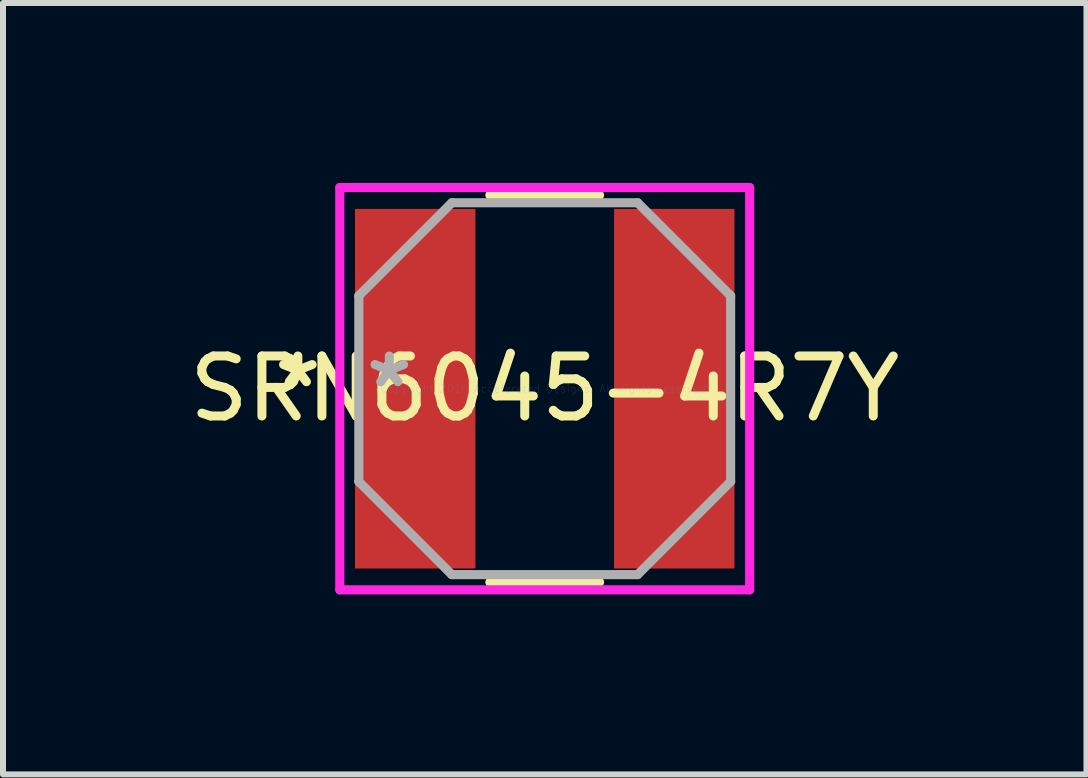
<source format=kicad_pcb>
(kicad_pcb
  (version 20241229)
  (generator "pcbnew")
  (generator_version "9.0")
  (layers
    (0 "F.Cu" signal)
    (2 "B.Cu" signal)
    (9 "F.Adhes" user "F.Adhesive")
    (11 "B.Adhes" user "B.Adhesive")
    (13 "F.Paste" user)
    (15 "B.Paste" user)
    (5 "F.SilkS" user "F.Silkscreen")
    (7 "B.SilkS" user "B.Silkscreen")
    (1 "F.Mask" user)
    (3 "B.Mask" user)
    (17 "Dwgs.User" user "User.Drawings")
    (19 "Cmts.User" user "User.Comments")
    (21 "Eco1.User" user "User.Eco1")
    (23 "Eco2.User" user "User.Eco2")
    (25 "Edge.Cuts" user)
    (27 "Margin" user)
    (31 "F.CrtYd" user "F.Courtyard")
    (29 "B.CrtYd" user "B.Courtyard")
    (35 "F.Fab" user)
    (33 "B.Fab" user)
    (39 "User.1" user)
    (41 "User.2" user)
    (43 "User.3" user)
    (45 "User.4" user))
  (footprint "SRN6045-4R7Y"
    (layer "F.Cu")
    (at 6.03 3.429)
    (property "Reference" "SRN6045-4R7Y" (at 0 0 0) (layer "F.SilkS") (effects (font (size 1 1) (thickness 0.15))))
    (attr through_hole)
    (fp_line (start -0.914 3.226) (end 0.914 3.226) (stroke (width 0.152) (type solid)) (layer "F.SilkS"))
    (fp_line (start 0.914 -3.226) (end -0.914 -3.226) (stroke (width 0.152) (type solid)) (layer "F.SilkS"))
    (fp_line (start -3.416 -3.353) (end 3.416 -3.353) (stroke (width 0.152) (type solid)) (layer "F.CrtYd"))
    (fp_line (start -3.416 3.353) (end -3.416 -3.353) (stroke (width 0.152) (type solid)) (layer "F.CrtYd"))
    (fp_line (start 3.416 -3.353) (end 3.416 3.353) (stroke (width 0.152) (type solid)) (layer "F.CrtYd"))
    (fp_line (start 3.416 3.353) (end -3.416 3.353) (stroke (width 0.152) (type solid)) (layer "F.CrtYd"))
    (fp_line (start -3.099 -1.549) (end -3.099 1.549) (stroke (width 0.152) (type solid)) (layer "F.Fab"))
    (fp_line (start -3.099 1.549) (end -1.549 3.099) (stroke (width 0.152) (type solid)) (layer "F.Fab"))
    (fp_line (start -1.549 -3.099) (end -3.099 -1.549) (stroke (width 0.152) (type solid)) (layer "F.Fab"))
    (fp_line (start -1.549 3.099) (end 1.549 3.099) (stroke (width 0.152) (type solid)) (layer "F.Fab"))
    (fp_line (start 1.549 -3.099) (end -1.549 -3.099) (stroke (width 0.152) (type solid)) (layer "F.Fab"))
    (fp_line (start 1.549 3.099) (end 3.099 1.549) (stroke (width 0.152) (type solid)) (layer "F.Fab"))
    (fp_line (start 3.099 -1.549) (end 1.549 -3.099) (stroke (width 0.152) (type solid)) (layer "F.Fab"))
    (fp_line (start 3.099 1.549) (end 3.099 -1.549) (stroke (width 0.152) (type solid)) (layer "F.Fab"))
    (fp_text user "*" (at -4.115 0 0) (layer "F.SilkS") (effects (font (size 1 1) (thickness 0.15))))
    (fp_text user "Copyright 2016 Accelerated Designs. All rights reserved." (at 0 0 0) (layer "Cmts.User") (effects (font (size 0.127 0.127) (thickness 0.002))))
    (fp_text user "*" (at -2.591 0 0) (layer "F.Fab") (effects (font (size 1 1) (thickness 0.15))))
    (pad "1" smd rect (at -2.159 0) (size 2.007 5.994) (layers "F.Cu" "F.Mask" "F.Paste"))
    (pad "2" smd rect (at 2.159 0) (size 2.007 5.994) (layers "F.Cu" "F.Mask" "F.Paste")))
  (gr_rect
    (start -3 -3)
    (end 15.06 9.858)
    (stroke (width 0.1) (type default))
    (fill no)
    (layer "Edge.Cuts")))
</source>
